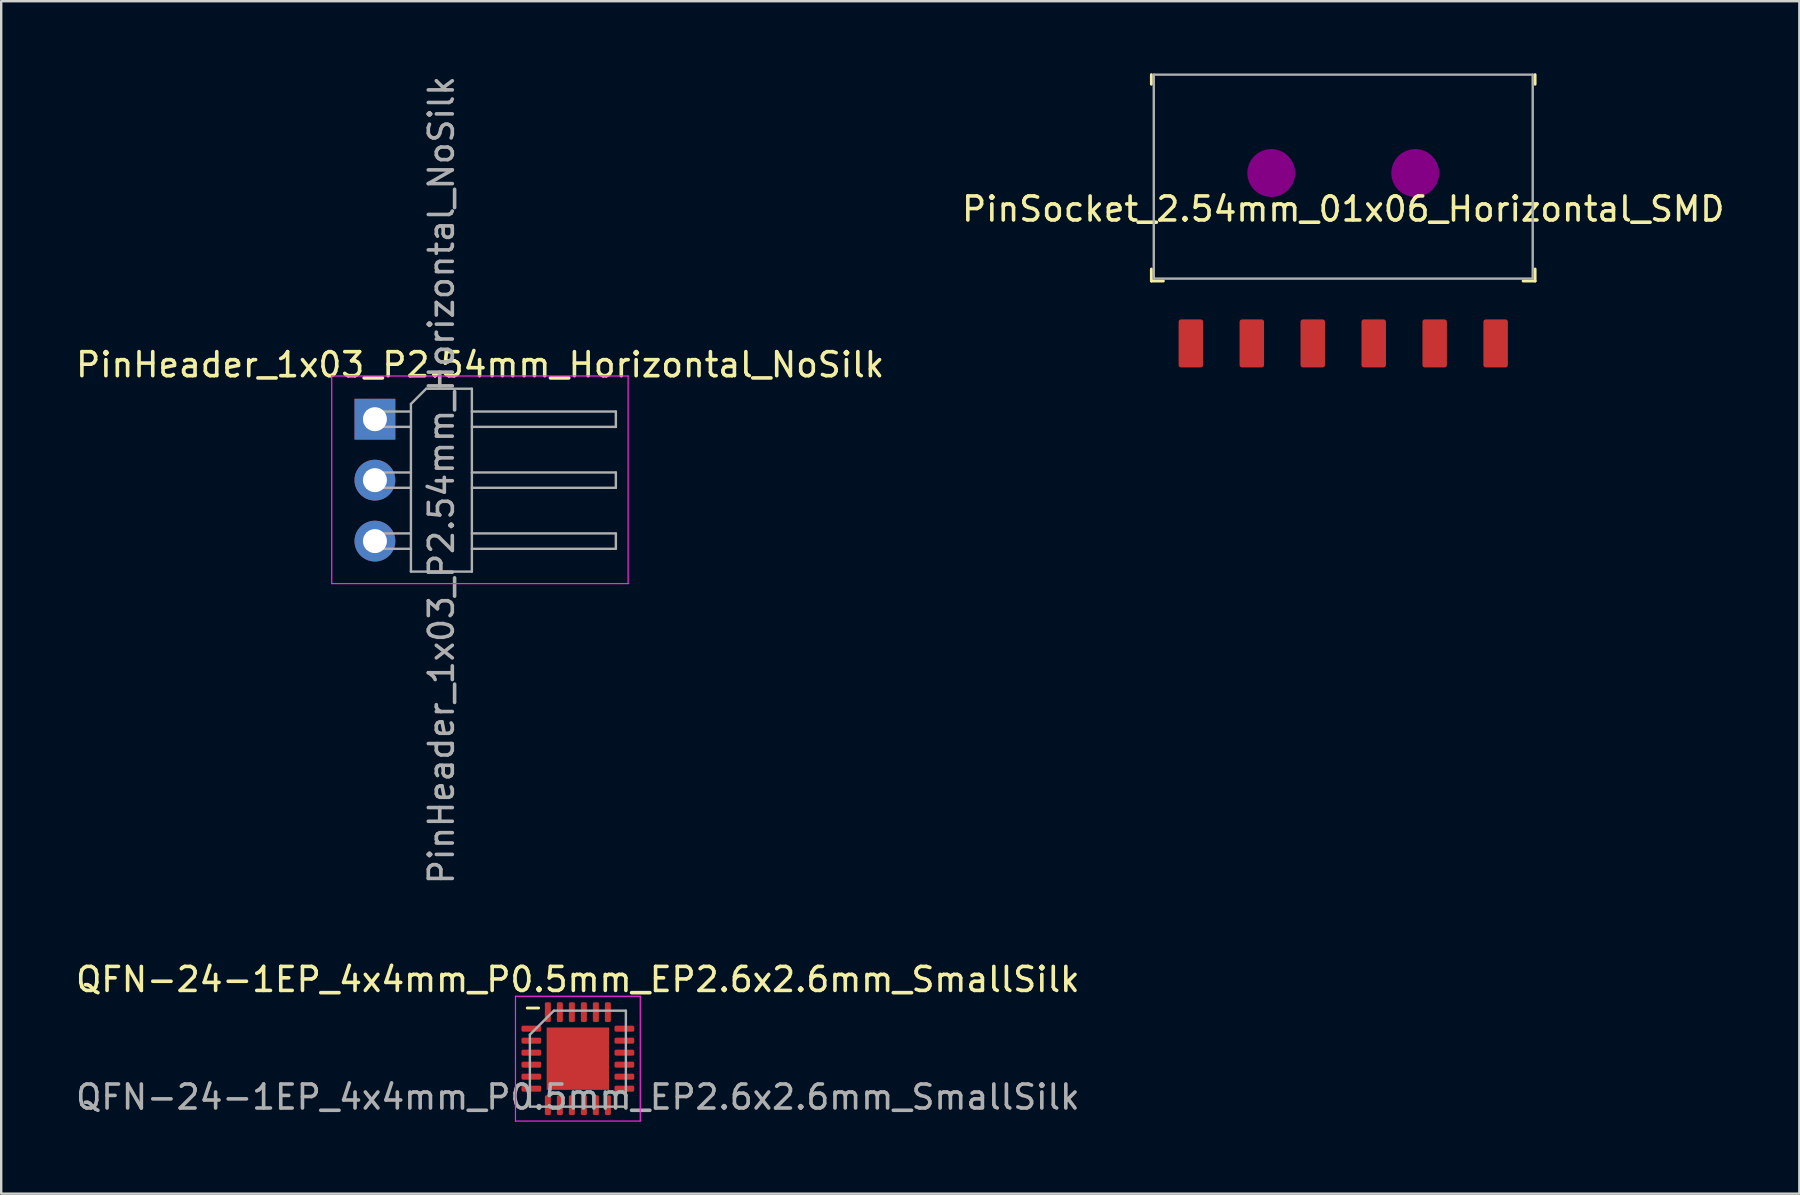
<source format=kicad_pcb>
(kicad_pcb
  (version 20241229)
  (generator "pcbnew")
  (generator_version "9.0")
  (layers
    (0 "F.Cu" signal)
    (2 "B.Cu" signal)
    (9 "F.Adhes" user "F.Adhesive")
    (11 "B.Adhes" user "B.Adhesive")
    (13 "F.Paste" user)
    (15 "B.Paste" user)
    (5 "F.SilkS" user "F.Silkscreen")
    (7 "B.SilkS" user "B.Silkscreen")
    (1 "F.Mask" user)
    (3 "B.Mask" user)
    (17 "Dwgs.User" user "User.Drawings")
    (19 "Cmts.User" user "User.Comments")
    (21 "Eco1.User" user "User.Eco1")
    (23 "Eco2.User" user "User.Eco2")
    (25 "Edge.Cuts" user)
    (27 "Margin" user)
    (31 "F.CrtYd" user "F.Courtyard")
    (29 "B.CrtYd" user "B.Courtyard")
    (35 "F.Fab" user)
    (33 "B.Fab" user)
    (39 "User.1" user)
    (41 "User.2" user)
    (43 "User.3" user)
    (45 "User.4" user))
  (footprint "PinSocket_2.54mm_01x06_Horizontal_SMD"
    (layer "F.Cu")
    (at 52.923 6.16)
    (property "Reference" "PinSocket_2.54mm_01x06_Horizontal_SMD" (at 0 -0.5 0) (unlocked yes) (layer "F.SilkS") (effects (font (size 1 1) (thickness 0.15))))
    (attr smd)
    (fp_line (start -7.995 -6.1) (end -7.995 -5.7) (stroke (width 0.12) (type solid)) (layer "F.SilkS"))
    (fp_line (start -7.995 2.5) (end -7.995 2) (stroke (width 0.12) (type solid)) (layer "F.SilkS"))
    (fp_line (start -7.995 2.5) (end -7.495 2.5) (stroke (width 0.12) (type solid)) (layer "F.SilkS"))
    (fp_line (start 7.995 -6.1) (end 7.995 -5.7) (stroke (width 0.12) (type solid)) (layer "F.SilkS"))
    (fp_line (start 7.995 2.5) (end 7.495 2.5) (stroke (width 0.12) (type solid)) (layer "F.SilkS"))
    (fp_line (start 7.995 2.5) (end 7.995 2) (stroke (width 0.12) (type solid)) (layer "F.SilkS"))
    (fp_circle (center -3 -2) (end -2.5 -2) (stroke (width 1) (type solid)) (fill no) (layer "F.Adhes"))
    (fp_circle (center 3 -2) (end 3.5 -2) (stroke (width 1) (type solid)) (fill no) (layer "F.Adhes"))
    (fp_line (start -7.895 -6.1) (end -7.895 2.4) (stroke (width 0.1) (type solid)) (layer "F.Fab"))
    (fp_line (start 7.895 -6.1) (end -7.895 -6.1) (stroke (width 0.1) (type solid)) (layer "F.Fab"))
    (fp_line (start 7.895 2.4) (end -7.895 2.4) (stroke (width 0.1) (type solid)) (layer "F.Fab"))
    (fp_line (start 7.895 2.4) (end 7.895 -6.1) (stroke (width 0.1) (type solid)) (layer "F.Fab"))
    (pad "1" smd roundrect (at -6.35 5.1) (size 1.02 2) (layers "F.Cu" "F.Mask" "F.Paste") (roundrect_rratio 0.098))
    (pad "2" smd roundrect (at -3.81 5.1) (size 1.02 2) (layers "F.Cu" "F.Mask" "F.Paste") (roundrect_rratio 0.098))
    (pad "3" smd roundrect (at -1.27 5.1) (size 1.02 2) (layers "F.Cu" "F.Mask" "F.Paste") (roundrect_rratio 0.098))
    (pad "4" smd roundrect (at 1.27 5.1) (size 1.02 2) (layers "F.Cu" "F.Mask" "F.Paste") (roundrect_rratio 0.098))
    (pad "5" smd roundrect (at 3.81 5.1) (size 1.02 2) (layers "F.Cu" "F.Mask" "F.Paste") (roundrect_rratio 0.098))
    (pad "6" smd roundrect (at 6.35 5.1) (size 1.02 2) (layers "F.Cu" "F.Mask" "F.Paste") (roundrect_rratio 0.098)))
  (footprint "QFN-24-1EP_4x4mm_P0.5mm_EP2.6x2.6mm_SmallSilk"
    (layer "F.Cu")
    (at 21.03 41.065)
    (property "Reference" "QFN-24-1EP_4x4mm_P0.5mm_EP2.6x2.6mm_SmallSilk" (at 0 -3.3 180) (layer "F.SilkS") (effects (font (size 1 1) (thickness 0.15))))
    (attr smd)
    (fp_line (start -1.635 -2.11) (end -2.11 -2.11) (stroke (width 0.12) (type solid)) (layer "F.SilkS"))
    (fp_line (start -2.6 -2.6) (end -2.6 2.6) (stroke (width 0.05) (type solid)) (layer "F.CrtYd"))
    (fp_line (start -2.6 2.6) (end 2.6 2.6) (stroke (width 0.05) (type solid)) (layer "F.CrtYd"))
    (fp_line (start 2.6 -2.6) (end -2.6 -2.6) (stroke (width 0.05) (type solid)) (layer "F.CrtYd"))
    (fp_line (start 2.6 2.6) (end 2.6 -2.6) (stroke (width 0.05) (type solid)) (layer "F.CrtYd"))
    (fp_line (start -2 -1) (end -1 -2) (stroke (width 0.1) (type solid)) (layer "F.Fab"))
    (fp_line (start -2 2) (end -2 -1) (stroke (width 0.1) (type solid)) (layer "F.Fab"))
    (fp_line (start -1 -2) (end 2 -2) (stroke (width 0.1) (type solid)) (layer "F.Fab"))
    (fp_line (start 2 -2) (end 2 2) (stroke (width 0.1) (type solid)) (layer "F.Fab"))
    (fp_line (start 2 2) (end -2 2) (stroke (width 0.1) (type solid)) (layer "F.Fab"))
    (fp_text user "${REFERENCE}" (at 0 1.6 180) (layer "F.Fab") (effects (font (size 1 1) (thickness 0.15))))
    (pad "" smd roundrect (at -0.65 -0.65) (size 1.05 1.05) (layers "F.Paste") (roundrect_rratio 0.238))
    (pad "" smd roundrect (at -0.65 0.65) (size 1.05 1.05) (layers "F.Paste") (roundrect_rratio 0.238))
    (pad "" smd roundrect (at 0.65 -0.65) (size 1.05 1.05) (layers "F.Paste") (roundrect_rratio 0.238))
    (pad "" smd roundrect (at 0.65 0.65) (size 1.05 1.05) (layers "F.Paste") (roundrect_rratio 0.238))
    (pad "1" smd roundrect (at -1.938 -1.25) (size 0.825 0.25) (layers "F.Cu" "F.Mask" "F.Paste") (roundrect_rratio 0.25))
    (pad "2" smd roundrect (at -1.938 -0.75) (size 0.825 0.25) (layers "F.Cu" "F.Mask" "F.Paste") (roundrect_rratio 0.25))
    (pad "3" smd roundrect (at -1.938 -0.25) (size 0.825 0.25) (layers "F.Cu" "F.Mask" "F.Paste") (roundrect_rratio 0.25))
    (pad "4" smd roundrect (at -1.938 0.25) (size 0.825 0.25) (layers "F.Cu" "F.Mask" "F.Paste") (roundrect_rratio 0.25))
    (pad "5" smd roundrect (at -1.938 0.75) (size 0.825 0.25) (layers "F.Cu" "F.Mask" "F.Paste") (roundrect_rratio 0.25))
    (pad "6" smd roundrect (at -1.938 1.25) (size 0.825 0.25) (layers "F.Cu" "F.Mask" "F.Paste") (roundrect_rratio 0.25))
    (pad "7" smd roundrect (at -1.25 1.938) (size 0.25 0.825) (layers "F.Cu" "F.Mask" "F.Paste") (roundrect_rratio 0.25))
    (pad "8" smd roundrect (at -0.75 1.938) (size 0.25 0.825) (layers "F.Cu" "F.Mask" "F.Paste") (roundrect_rratio 0.25))
    (pad "9" smd roundrect (at -0.25 1.938) (size 0.25 0.825) (layers "F.Cu" "F.Mask" "F.Paste") (roundrect_rratio 0.25))
    (pad "10" smd roundrect (at 0.25 1.938) (size 0.25 0.825) (layers "F.Cu" "F.Mask" "F.Paste") (roundrect_rratio 0.25))
    (pad "11" smd roundrect (at 0.75 1.938) (size 0.25 0.825) (layers "F.Cu" "F.Mask" "F.Paste") (roundrect_rratio 0.25))
    (pad "12" smd roundrect (at 1.25 1.938) (size 0.25 0.825) (layers "F.Cu" "F.Mask" "F.Paste") (roundrect_rratio 0.25))
    (pad "13" smd roundrect (at 1.938 1.25) (size 0.825 0.25) (layers "F.Cu" "F.Mask" "F.Paste") (roundrect_rratio 0.25))
    (pad "14" smd roundrect (at 1.938 0.75) (size 0.825 0.25) (layers "F.Cu" "F.Mask" "F.Paste") (roundrect_rratio 0.25))
    (pad "15" smd roundrect (at 1.938 0.25) (size 0.825 0.25) (layers "F.Cu" "F.Mask" "F.Paste") (roundrect_rratio 0.25))
    (pad "16" smd roundrect (at 1.938 -0.25) (size 0.825 0.25) (layers "F.Cu" "F.Mask" "F.Paste") (roundrect_rratio 0.25))
    (pad "17" smd roundrect (at 1.938 -0.75) (size 0.825 0.25) (layers "F.Cu" "F.Mask" "F.Paste") (roundrect_rratio 0.25))
    (pad "18" smd roundrect (at 1.938 -1.25) (size 0.825 0.25) (layers "F.Cu" "F.Mask" "F.Paste") (roundrect_rratio 0.25))
    (pad "19" smd roundrect (at 1.25 -1.938) (size 0.25 0.825) (layers "F.Cu" "F.Mask" "F.Paste") (roundrect_rratio 0.25))
    (pad "20" smd roundrect (at 0.75 -1.938) (size 0.25 0.825) (layers "F.Cu" "F.Mask" "F.Paste") (roundrect_rratio 0.25))
    (pad "21" smd roundrect (at 0.25 -1.938) (size 0.25 0.825) (layers "F.Cu" "F.Mask" "F.Paste") (roundrect_rratio 0.25))
    (pad "22" smd roundrect (at -0.25 -1.938) (size 0.25 0.825) (layers "F.Cu" "F.Mask" "F.Paste") (roundrect_rratio 0.25))
    (pad "23" smd roundrect (at -0.75 -1.938) (size 0.25 0.825) (layers "F.Cu" "F.Mask" "F.Paste") (roundrect_rratio 0.25))
    (pad "24" smd roundrect (at -1.25 -1.938) (size 0.25 0.825) (layers "F.Cu" "F.Mask" "F.Paste") (roundrect_rratio 0.25))
    (pad "25" smd rect (at 0 0) (size 2.6 2.6) (layers "F.Cu" "F.Mask")))
  (footprint "PinHeader_1x03_P2.54mm_Horizontal_NoSilk"
    (layer "F.Cu")
    (at 12.573 14.418)
    (property "Reference" "PinHeader_1x03_P2.54mm_Horizontal_NoSilk" (at 4.385 -2.27 0) (layer "F.SilkS") (effects (font (size 1 1) (thickness 0.15))))
    (attr through_hole)
    (fp_line (start -1.8 -1.8) (end -1.8 6.85) (stroke (width 0.05) (type solid)) (layer "F.CrtYd"))
    (fp_line (start -1.8 6.85) (end 10.55 6.85) (stroke (width 0.05) (type solid)) (layer "F.CrtYd"))
    (fp_line (start 10.55 -1.8) (end -1.8 -1.8) (stroke (width 0.05) (type solid)) (layer "F.CrtYd"))
    (fp_line (start 10.55 6.85) (end 10.55 -1.8) (stroke (width 0.05) (type solid)) (layer "F.CrtYd"))
    (fp_line (start -0.32 -0.32) (end -0.32 0.32) (stroke (width 0.1) (type solid)) (layer "F.Fab"))
    (fp_line (start -0.32 -0.32) (end 1.5 -0.32) (stroke (width 0.1) (type solid)) (layer "F.Fab"))
    (fp_line (start -0.32 0.32) (end 1.5 0.32) (stroke (width 0.1) (type solid)) (layer "F.Fab"))
    (fp_line (start -0.32 2.22) (end -0.32 2.86) (stroke (width 0.1) (type solid)) (layer "F.Fab"))
    (fp_line (start -0.32 2.22) (end 1.5 2.22) (stroke (width 0.1) (type solid)) (layer "F.Fab"))
    (fp_line (start -0.32 2.86) (end 1.5 2.86) (stroke (width 0.1) (type solid)) (layer "F.Fab"))
    (fp_line (start -0.32 4.76) (end -0.32 5.4) (stroke (width 0.1) (type solid)) (layer "F.Fab"))
    (fp_line (start -0.32 4.76) (end 1.5 4.76) (stroke (width 0.1) (type solid)) (layer "F.Fab"))
    (fp_line (start -0.32 5.4) (end 1.5 5.4) (stroke (width 0.1) (type solid)) (layer "F.Fab"))
    (fp_line (start 1.5 -0.635) (end 2.135 -1.27) (stroke (width 0.1) (type solid)) (layer "F.Fab"))
    (fp_line (start 1.5 6.35) (end 1.5 -0.635) (stroke (width 0.1) (type solid)) (layer "F.Fab"))
    (fp_line (start 2.135 -1.27) (end 4.04 -1.27) (stroke (width 0.1) (type solid)) (layer "F.Fab"))
    (fp_line (start 4.04 -1.27) (end 4.04 6.35) (stroke (width 0.1) (type solid)) (layer "F.Fab"))
    (fp_line (start 4.04 -0.32) (end 10.04 -0.32) (stroke (width 0.1) (type solid)) (layer "F.Fab"))
    (fp_line (start 4.04 0.32) (end 10.04 0.32) (stroke (width 0.1) (type solid)) (layer "F.Fab"))
    (fp_line (start 4.04 2.22) (end 10.04 2.22) (stroke (width 0.1) (type solid)) (layer "F.Fab"))
    (fp_line (start 4.04 2.86) (end 10.04 2.86) (stroke (width 0.1) (type solid)) (layer "F.Fab"))
    (fp_line (start 4.04 4.76) (end 10.04 4.76) (stroke (width 0.1) (type solid)) (layer "F.Fab"))
    (fp_line (start 4.04 5.4) (end 10.04 5.4) (stroke (width 0.1) (type solid)) (layer "F.Fab"))
    (fp_line (start 4.04 6.35) (end 1.5 6.35) (stroke (width 0.1) (type solid)) (layer "F.Fab"))
    (fp_line (start 10.04 -0.32) (end 10.04 0.32) (stroke (width 0.1) (type solid)) (layer "F.Fab"))
    (fp_line (start 10.04 2.22) (end 10.04 2.86) (stroke (width 0.1) (type solid)) (layer "F.Fab"))
    (fp_line (start 10.04 4.76) (end 10.04 5.4) (stroke (width 0.1) (type solid)) (layer "F.Fab"))
    (fp_text user "${REFERENCE}" (at 2.77 2.54 90) (layer "F.Fab") (effects (font (size 1 1) (thickness 0.15))))
    (pad "1" thru_hole rect (at 0 0) (size 1.7 1.7) (drill 1) (layers "*.Cu" "*.Mask"))
    (pad "2" thru_hole oval (at 0 2.54) (size 1.7 1.7) (drill 1) (layers "*.Cu" "*.Mask"))
    (pad "3" thru_hole oval (at 0 5.08) (size 1.7 1.7) (drill 1) (layers "*.Cu" "*.Mask")))
  (gr_rect
    (start -3 -3)
    (end 71.929 46.69)
    (stroke (width 0.1) (type default))
    (fill no)
    (layer "Edge.Cuts")))
</source>
